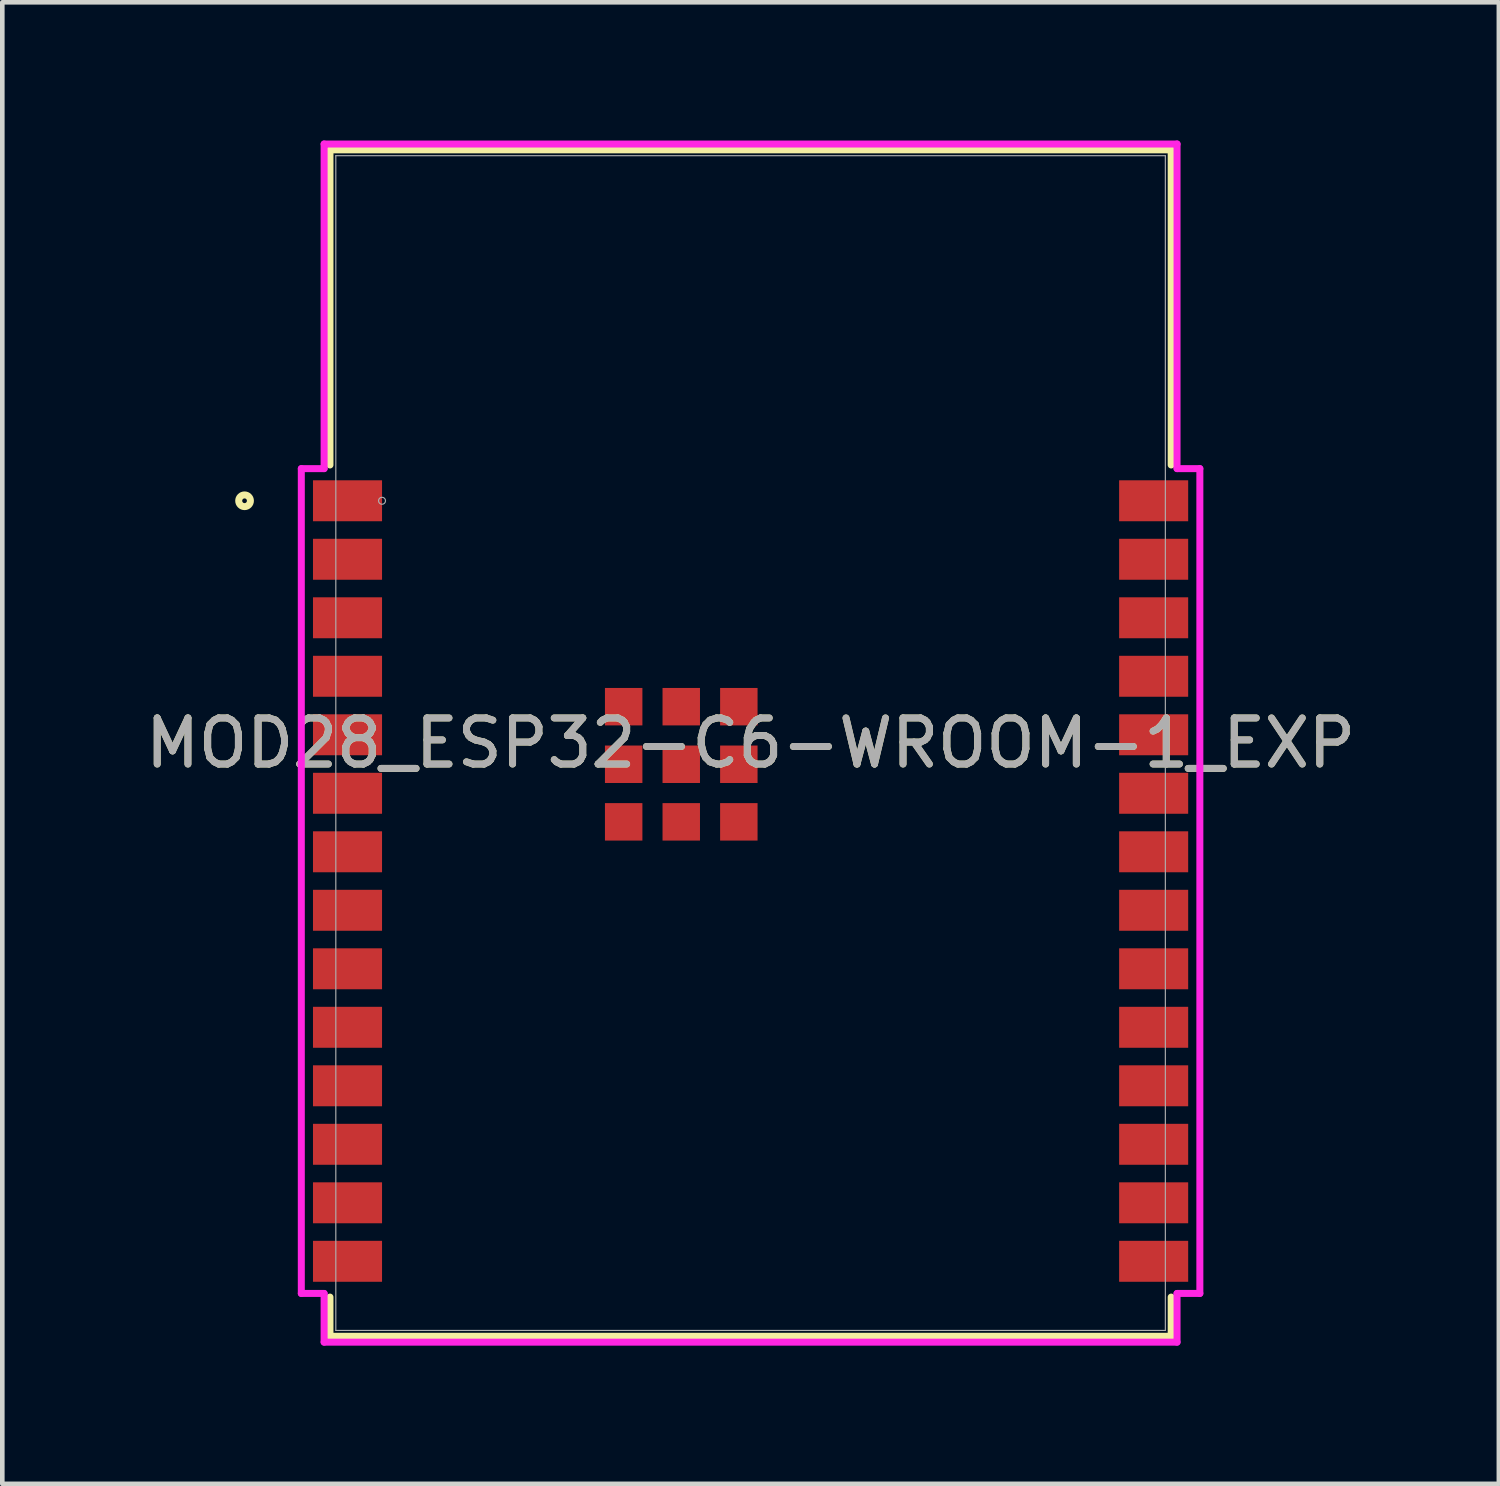
<source format=kicad_pcb>
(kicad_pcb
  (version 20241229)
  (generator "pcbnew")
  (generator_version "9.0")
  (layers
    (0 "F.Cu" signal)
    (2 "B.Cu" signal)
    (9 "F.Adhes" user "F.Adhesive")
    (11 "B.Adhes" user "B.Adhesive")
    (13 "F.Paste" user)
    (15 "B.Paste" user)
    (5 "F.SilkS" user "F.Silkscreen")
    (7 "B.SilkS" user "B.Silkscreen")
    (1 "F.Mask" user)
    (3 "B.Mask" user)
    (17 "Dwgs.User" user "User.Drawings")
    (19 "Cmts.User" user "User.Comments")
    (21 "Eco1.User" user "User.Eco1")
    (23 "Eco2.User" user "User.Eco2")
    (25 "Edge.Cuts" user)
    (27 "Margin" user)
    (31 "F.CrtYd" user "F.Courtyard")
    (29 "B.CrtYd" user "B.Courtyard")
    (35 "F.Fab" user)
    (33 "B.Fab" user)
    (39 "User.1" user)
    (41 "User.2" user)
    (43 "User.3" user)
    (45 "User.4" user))
  (footprint "MOD28_ESP32-C6-WROOM-1_EXP"
    (layer "F.Cu")
    (at 13.244 13.081)
    (property "Reference" "MOD28_ESP32-C6-WROOM-1_EXP" (at 0 0 0) (unlocked yes) (layer "F.SilkS") (effects (font (size 1 1) (thickness 0.15))))
    (attr smd)
    (fp_line (start -9.131 -12.878) (end 9.131 -12.878) (stroke (width 0.152) (type solid)) (layer "F.SilkS"))
    (fp_line (start -9.131 -6.037) (end -9.131 -12.878) (stroke (width 0.152) (type solid)) (layer "F.SilkS"))
    (fp_line (start -9.131 12.878) (end -9.131 12.027) (stroke (width 0.152) (type solid)) (layer "F.SilkS"))
    (fp_line (start 9.131 -12.878) (end 9.131 -6.037) (stroke (width 0.152) (type solid)) (layer "F.SilkS"))
    (fp_line (start 9.131 12.027) (end 9.131 12.878) (stroke (width 0.152) (type solid)) (layer "F.SilkS"))
    (fp_line (start 9.131 12.878) (end -9.131 12.878) (stroke (width 0.152) (type solid)) (layer "F.SilkS"))
    (fp_circle (center -10.985 -5.26) (end -10.858 -5.26) (stroke (width 0.152) (type solid)) (fill no) (layer "F.SilkS"))
    (fp_poly (pts (xy -9.004 -12.751) (xy -9.004 -6.756) (xy 9.004 -6.756) (xy 9.004 -12.751)) (stroke (width 0.1) (type solid)) (fill no) (layer "Eco2.User"))
    (fp_line (start -9.753 -5.958) (end -9.753 11.948) (stroke (width 0.152) (type solid)) (layer "F.CrtYd"))
    (fp_line (start -9.753 11.948) (end -9.258 11.948) (stroke (width 0.152) (type solid)) (layer "F.CrtYd"))
    (fp_line (start -9.258 -13.005) (end -9.258 -5.958) (stroke (width 0.152) (type solid)) (layer "F.CrtYd"))
    (fp_line (start -9.258 -5.958) (end -9.753 -5.958) (stroke (width 0.152) (type solid)) (layer "F.CrtYd"))
    (fp_line (start -9.258 11.948) (end -9.258 13.005) (stroke (width 0.152) (type solid)) (layer "F.CrtYd"))
    (fp_line (start -9.258 13.005) (end 9.258 13.005) (stroke (width 0.152) (type solid)) (layer "F.CrtYd"))
    (fp_line (start 9.258 -13.005) (end -9.258 -13.005) (stroke (width 0.152) (type solid)) (layer "F.CrtYd"))
    (fp_line (start 9.258 -5.958) (end 9.258 -13.005) (stroke (width 0.152) (type solid)) (layer "F.CrtYd"))
    (fp_line (start 9.258 11.948) (end 9.753 11.948) (stroke (width 0.152) (type solid)) (layer "F.CrtYd"))
    (fp_line (start 9.258 13.005) (end 9.258 11.948) (stroke (width 0.152) (type solid)) (layer "F.CrtYd"))
    (fp_line (start 9.753 -5.958) (end 9.258 -5.958) (stroke (width 0.152) (type solid)) (layer "F.CrtYd"))
    (fp_line (start 9.753 11.948) (end 9.753 -5.958) (stroke (width 0.152) (type solid)) (layer "F.CrtYd"))
    (fp_line (start -9.004 -12.751) (end -9.004 12.751) (stroke (width 0.025) (type solid)) (layer "F.Fab"))
    (fp_line (start -9.004 12.751) (end 9.004 12.751) (stroke (width 0.025) (type solid)) (layer "F.Fab"))
    (fp_line (start 9.004 -12.751) (end -9.004 -12.751) (stroke (width 0.025) (type solid)) (layer "F.Fab"))
    (fp_line (start 9.004 12.751) (end 9.004 -12.751) (stroke (width 0.025) (type solid)) (layer "F.Fab"))
    (fp_circle (center -8.001 -5.26) (end -7.925 -5.26) (stroke (width 0.025) (type solid)) (fill no) (layer "F.Fab"))
    (fp_text user "${REFERENCE}" (at 0 0 0) (unlocked yes) (layer "F.Fab") (effects (font (size 1 1) (thickness 0.15))))
    (pad "1" smd rect (at -8.75 -5.26) (size 1.499 0.889) (layers "F.Cu" "F.Mask" "F.Paste"))
    (pad "2" smd rect (at -8.75 -3.99) (size 1.499 0.889) (layers "F.Cu" "F.Mask" "F.Paste"))
    (pad "3" smd rect (at -8.75 -2.72) (size 1.499 0.889) (layers "F.Cu" "F.Mask" "F.Paste"))
    (pad "4" smd rect (at -8.75 -1.45) (size 1.499 0.889) (layers "F.Cu" "F.Mask" "F.Paste"))
    (pad "5" smd rect (at -8.75 -0.18) (size 1.499 0.889) (layers "F.Cu" "F.Mask" "F.Paste"))
    (pad "6" smd rect (at -8.75 1.09) (size 1.499 0.889) (layers "F.Cu" "F.Mask" "F.Paste"))
    (pad "7" smd rect (at -8.75 2.36) (size 1.499 0.889) (layers "F.Cu" "F.Mask" "F.Paste"))
    (pad "8" smd rect (at -8.75 3.63) (size 1.499 0.889) (layers "F.Cu" "F.Mask" "F.Paste"))
    (pad "9" smd rect (at -8.75 4.9) (size 1.499 0.889) (layers "F.Cu" "F.Mask" "F.Paste"))
    (pad "10" smd rect (at -8.75 6.17) (size 1.499 0.889) (layers "F.Cu" "F.Mask" "F.Paste"))
    (pad "11" smd rect (at -8.75 7.44) (size 1.499 0.889) (layers "F.Cu" "F.Mask" "F.Paste"))
    (pad "12" smd rect (at -8.75 8.71) (size 1.499 0.889) (layers "F.Cu" "F.Mask" "F.Paste"))
    (pad "13" smd rect (at -8.75 9.98) (size 1.499 0.889) (layers "F.Cu" "F.Mask" "F.Paste"))
    (pad "14" smd rect (at -8.75 11.25) (size 1.499 0.889) (layers "F.Cu" "F.Mask" "F.Paste"))
    (pad "15" smd rect (at 8.75 11.25) (size 1.499 0.889) (layers "F.Cu" "F.Mask" "F.Paste"))
    (pad "16" smd rect (at 8.75 9.98) (size 1.499 0.889) (layers "F.Cu" "F.Mask" "F.Paste"))
    (pad "17" smd rect (at 8.75 8.71) (size 1.499 0.889) (layers "F.Cu" "F.Mask" "F.Paste"))
    (pad "18" smd rect (at 8.75 7.44) (size 1.499 0.889) (layers "F.Cu" "F.Mask" "F.Paste"))
    (pad "19" smd rect (at 8.75 6.17) (size 1.499 0.889) (layers "F.Cu" "F.Mask" "F.Paste"))
    (pad "20" smd rect (at 8.75 4.9) (size 1.499 0.889) (layers "F.Cu" "F.Mask" "F.Paste"))
    (pad "21" smd rect (at 8.75 3.63) (size 1.499 0.889) (layers "F.Cu" "F.Mask" "F.Paste"))
    (pad "22" smd rect (at 8.75 2.36) (size 1.499 0.889) (layers "F.Cu" "F.Mask" "F.Paste"))
    (pad "23" smd rect (at 8.75 1.09) (size 1.499 0.889) (layers "F.Cu" "F.Mask" "F.Paste"))
    (pad "24" smd rect (at 8.75 -0.18) (size 1.499 0.889) (layers "F.Cu" "F.Mask" "F.Paste"))
    (pad "25" smd rect (at 8.75 -1.45) (size 1.499 0.889) (layers "F.Cu" "F.Mask" "F.Paste"))
    (pad "26" smd rect (at 8.75 -2.72) (size 1.499 0.889) (layers "F.Cu" "F.Mask" "F.Paste"))
    (pad "27" smd rect (at 8.75 -3.99) (size 1.499 0.889) (layers "F.Cu" "F.Mask" "F.Paste"))
    (pad "28" smd rect (at 8.75 -5.26) (size 1.499 0.889) (layers "F.Cu" "F.Mask" "F.Paste"))
    (pad "29" smd rect (at -1.505 0.46) (size 0.813 0.813) (layers "F.Cu" "F.Mask" "F.Paste"))
    (pad "30" smd rect (at -2.755 -0.79) (size 0.813 0.813) (layers "F.Cu" "F.Mask" "F.Paste"))
    (pad "31" smd rect (at -2.755 0.46) (size 0.813 0.813) (layers "F.Cu" "F.Mask" "F.Paste"))
    (pad "32" smd rect (at -2.755 1.71) (size 0.813 0.813) (layers "F.Cu" "F.Mask" "F.Paste"))
    (pad "33" smd rect (at -1.505 1.71) (size 0.813 0.813) (layers "F.Cu" "F.Mask" "F.Paste"))
    (pad "34" smd rect (at -0.255 1.71) (size 0.813 0.813) (layers "F.Cu" "F.Mask" "F.Paste"))
    (pad "35" smd rect (at -0.255 0.46) (size 0.813 0.813) (layers "F.Cu" "F.Mask" "F.Paste"))
    (pad "36" smd rect (at -0.255 -0.79) (size 0.813 0.813) (layers "F.Cu" "F.Mask" "F.Paste"))
    (pad "37" smd rect (at -1.505 -0.79) (size 0.813 0.813) (layers "F.Cu" "F.Mask" "F.Paste")))
  (gr_rect
    (start -3 -3)
    (end 29.488 29.162)
    (stroke (width 0.1) (type default))
    (fill no)
    (layer "Edge.Cuts")))
</source>
